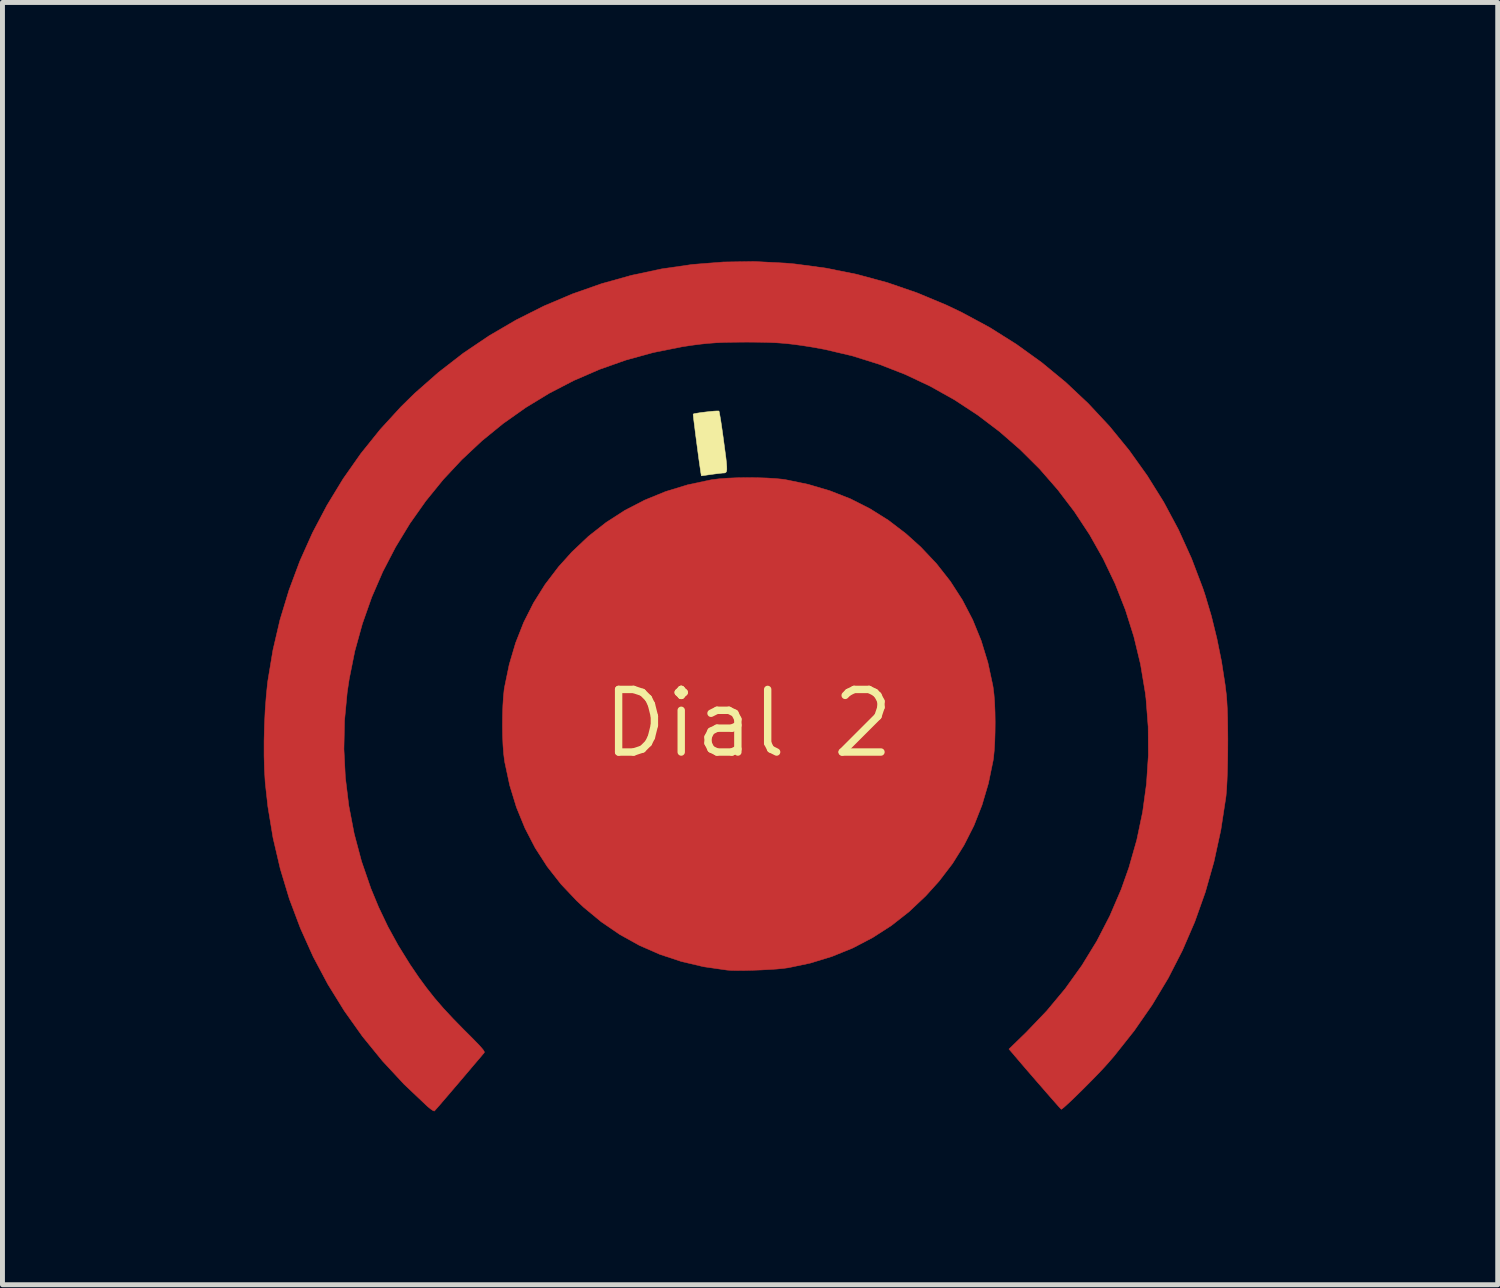
<source format=kicad_pcb>
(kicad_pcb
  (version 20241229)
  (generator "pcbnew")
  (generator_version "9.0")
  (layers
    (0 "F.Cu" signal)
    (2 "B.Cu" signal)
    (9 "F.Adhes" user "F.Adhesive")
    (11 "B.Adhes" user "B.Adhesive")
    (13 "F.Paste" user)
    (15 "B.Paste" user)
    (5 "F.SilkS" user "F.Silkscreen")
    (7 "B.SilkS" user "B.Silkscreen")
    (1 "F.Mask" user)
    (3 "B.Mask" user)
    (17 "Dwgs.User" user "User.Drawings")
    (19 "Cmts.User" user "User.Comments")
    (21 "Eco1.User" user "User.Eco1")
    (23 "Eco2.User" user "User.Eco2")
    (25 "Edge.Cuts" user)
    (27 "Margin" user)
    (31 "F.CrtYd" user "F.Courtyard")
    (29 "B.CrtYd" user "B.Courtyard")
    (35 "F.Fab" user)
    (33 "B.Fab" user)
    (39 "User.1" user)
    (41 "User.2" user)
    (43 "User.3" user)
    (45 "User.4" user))
  (footprint "Dial 2"
    (layer "F.Cu")
    (at 12.13 11.626)
    (property "Reference" "Dial 2" (at 0 0 0) (layer "F.SilkS") (effects (font (size 1.27 1.27) (thickness 0.15))))
    (attr through_hole)
    (fp_poly (pts (xy 0.178 -4.985) (xy 0.375 -4.979) (xy 0.554 -4.968) (xy 0.705 -4.953) (xy 0.751 -4.946) (xy 1.216 -4.85) (xy 1.656 -4.72) (xy 2.072 -4.557) (xy 2.467 -4.357) (xy 2.842 -4.122) (xy 3.199 -3.849) (xy 3.5 -3.578) (xy 3.818 -3.241) (xy 4.099 -2.883) (xy 4.344 -2.503) (xy 4.553 -2.101) (xy 4.725 -1.678) (xy 4.861 -1.233) (xy 4.961 -0.766) (xy 4.967 -0.73) (xy 4.984 -0.592) (xy 4.997 -0.423) (xy 5.005 -0.231) (xy 5.008 -0.028) (xy 5.006 0.177) (xy 5 0.374) (xy 4.989 0.553) (xy 4.974 0.704) (xy 4.967 0.751) (xy 4.871 1.216) (xy 4.741 1.656) (xy 4.577 2.073) (xy 4.377 2.468) (xy 4.142 2.844) (xy 3.869 3.201) (xy 3.599 3.5) (xy 3.262 3.818) (xy 2.903 4.1) (xy 2.522 4.345) (xy 2.121 4.555) (xy 1.698 4.727) (xy 1.257 4.862) (xy 0.815 4.955) (xy 0.713 4.969) (xy 0.579 4.982) (xy 0.423 4.992) (xy 0.255 5.001) (xy 0.083 5.007) (xy -0.082 5.011) (xy -0.232 5.012) (xy -0.356 5.009) (xy -0.434 5.003) (xy -0.907 4.935) (xy -1.36 4.828) (xy -1.795 4.684) (xy -2.21 4.502) (xy -2.606 4.282) (xy -2.982 4.025) (xy -3.339 3.73) (xy -3.479 3.599) (xy -3.797 3.263) (xy -4.078 2.905) (xy -4.323 2.525) (xy -4.531 2.123) (xy -4.704 1.7) (xy -4.84 1.255) (xy -4.94 0.787) (xy -4.946 0.751) (xy -4.963 0.613) (xy -4.976 0.443) (xy -4.984 0.252) (xy -4.987 0.048) (xy -4.985 -0.157) (xy -4.979 -0.354) (xy -4.968 -0.533) (xy -4.953 -0.684) (xy -4.946 -0.73) (xy -4.85 -1.195) (xy -4.72 -1.635) (xy -4.556 -2.051) (xy -4.357 -2.445) (xy -4.122 -2.82) (xy -3.85 -3.177) (xy -3.578 -3.479) (xy -3.242 -3.797) (xy -2.884 -4.078) (xy -2.504 -4.323) (xy -2.102 -4.531) (xy -1.679 -4.704) (xy -1.234 -4.84) (xy -0.766 -4.94) (xy -0.73 -4.946) (xy -0.592 -4.963) (xy -0.422 -4.976) (xy -0.231 -4.984) (xy -0.027 -4.987) (xy 0.178 -4.985)) (stroke (width 0.01) (type solid)) (fill yes) (layer "F.Cu"))
    (fp_poly (pts (xy 0.762 -9.338) (xy 0.942 -9.322) (xy 1.582 -9.236) (xy 2.209 -9.109) (xy 2.824 -8.942) (xy 3.428 -8.734) (xy 4.022 -8.486) (xy 4.329 -8.339) (xy 4.895 -8.034) (xy 5.436 -7.694) (xy 5.951 -7.323) (xy 6.439 -6.921) (xy 6.898 -6.489) (xy 7.328 -6.028) (xy 7.726 -5.541) (xy 8.093 -5.027) (xy 8.428 -4.49) (xy 8.728 -3.929) (xy 8.992 -3.346) (xy 9.221 -2.743) (xy 9.268 -2.602) (xy 9.395 -2.176) (xy 9.506 -1.723) (xy 9.6 -1.258) (xy 9.672 -0.793) (xy 9.698 -0.582) (xy 9.708 -0.457) (xy 9.717 -0.297) (xy 9.723 -0.111) (xy 9.726 0.095) (xy 9.728 0.314) (xy 9.727 0.537) (xy 9.724 0.757) (xy 9.719 0.968) (xy 9.712 1.161) (xy 9.703 1.329) (xy 9.692 1.464) (xy 9.687 1.503) (xy 9.586 2.163) (xy 9.447 2.803) (xy 9.271 3.423) (xy 9.058 4.023) (xy 8.807 4.604) (xy 8.519 5.166) (xy 8.193 5.709) (xy 7.828 6.235) (xy 7.425 6.743) (xy 7.299 6.889) (xy 7.23 6.966) (xy 7.144 7.058) (xy 7.047 7.159) (xy 6.942 7.266) (xy 6.835 7.374) (xy 6.728 7.48) (xy 6.627 7.579) (xy 6.535 7.667) (xy 6.457 7.739) (xy 6.397 7.793) (xy 6.359 7.822) (xy 6.349 7.827) (xy 6.332 7.81) (xy 6.291 7.765) (xy 6.23 7.696) (xy 6.151 7.606) (xy 6.058 7.5) (xy 5.955 7.381) (xy 5.844 7.254) (xy 5.73 7.122) (xy 5.615 6.989) (xy 5.504 6.859) (xy 5.399 6.736) (xy 5.391 6.726) (xy 5.288 6.606) (xy 5.64 6.264) (xy 6.053 5.832) (xy 6.429 5.381) (xy 6.768 4.908) (xy 7.07 4.415) (xy 7.335 3.901) (xy 7.565 3.365) (xy 7.722 2.921) (xy 7.881 2.363) (xy 8 1.795) (xy 8.078 1.222) (xy 8.116 0.645) (xy 8.112 0.069) (xy 8.068 -0.503) (xy 8.053 -0.624) (xy 7.957 -1.2) (xy 7.822 -1.76) (xy 7.65 -2.305) (xy 7.442 -2.833) (xy 7.199 -3.342) (xy 6.923 -3.831) (xy 6.615 -4.298) (xy 6.277 -4.742) (xy 5.911 -5.162) (xy 5.516 -5.555) (xy 5.096 -5.921) (xy 4.651 -6.258) (xy 4.183 -6.565) (xy 3.692 -6.84) (xy 3.182 -7.081) (xy 2.653 -7.287) (xy 2.106 -7.458) (xy 1.542 -7.59) (xy 1.27 -7.639) (xy 1.078 -7.669) (xy 0.906 -7.692) (xy 0.743 -7.71) (xy 0.58 -7.722) (xy 0.405 -7.73) (xy 0.21 -7.734) (xy -0.017 -7.736) (xy -0.042 -7.736) (xy -0.273 -7.734) (xy -0.471 -7.731) (xy -0.647 -7.723) (xy -0.811 -7.711) (xy -0.974 -7.694) (xy -1.144 -7.672) (xy -1.334 -7.643) (xy -1.355 -7.639) (xy -1.925 -7.525) (xy -2.479 -7.373) (xy -3.017 -7.183) (xy -3.537 -6.958) (xy -4.037 -6.699) (xy -4.515 -6.408) (xy -4.972 -6.085) (xy -5.404 -5.733) (xy -5.811 -5.352) (xy -6.191 -4.945) (xy -6.543 -4.512) (xy -6.865 -4.056) (xy -7.156 -3.577) (xy -7.415 -3.078) (xy -7.64 -2.559) (xy -7.829 -2.022) (xy -7.982 -1.469) (xy -8.096 -0.901) (xy -8.137 -0.627) (xy -8.191 -0.055) (xy -8.203 0.52) (xy -8.174 1.095) (xy -8.104 1.669) (xy -7.995 2.237) (xy -7.846 2.797) (xy -7.657 3.346) (xy -7.5 3.725) (xy -7.313 4.118) (xy -7.102 4.503) (xy -6.86 4.893) (xy -6.844 4.916) (xy -6.685 5.15) (xy -6.528 5.364) (xy -6.366 5.569) (xy -6.191 5.772) (xy -5.996 5.982) (xy -5.775 6.208) (xy -5.763 6.22) (xy -5.637 6.345) (xy -5.539 6.445) (xy -5.465 6.521) (xy -5.413 6.579) (xy -5.379 6.62) (xy -5.36 6.649) (xy -5.354 6.668) (xy -5.358 6.682) (xy -5.361 6.685) (xy -5.382 6.709) (xy -5.426 6.762) (xy -5.491 6.838) (xy -5.574 6.935) (xy -5.67 7.049) (xy -5.777 7.175) (xy -5.871 7.286) (xy -5.984 7.418) (xy -6.088 7.54) (xy -6.181 7.648) (xy -6.258 7.738) (xy -6.318 7.806) (xy -6.356 7.849) (xy -6.37 7.863) (xy -6.393 7.855) (xy -6.439 7.825) (xy -6.498 7.777) (xy -6.512 7.765) (xy -6.984 7.318) (xy -7.422 6.846) (xy -7.826 6.35) (xy -8.195 5.831) (xy -8.529 5.291) (xy -8.827 4.731) (xy -9.087 4.152) (xy -9.311 3.557) (xy -9.495 2.947) (xy -9.641 2.322) (xy -9.746 1.686) (xy -9.8 1.196) (xy -9.815 0.942) (xy -9.823 0.658) (xy -9.823 0.355) (xy -9.815 0.043) (xy -9.801 -0.264) (xy -9.779 -0.557) (xy -9.752 -0.825) (xy -9.746 -0.868) (xy -9.643 -1.489) (xy -9.5 -2.103) (xy -9.317 -2.705) (xy -9.097 -3.295) (xy -8.84 -3.869) (xy -8.547 -4.425) (xy -8.22 -4.962) (xy -7.86 -5.475) (xy -7.467 -5.964) (xy -7.044 -6.426) (xy -6.77 -6.695) (xy -6.287 -7.12) (xy -5.782 -7.511) (xy -5.256 -7.866) (xy -4.71 -8.185) (xy -4.147 -8.468) (xy -3.569 -8.713) (xy -2.977 -8.921) (xy -2.373 -9.09) (xy -1.759 -9.221) (xy -1.136 -9.311) (xy -0.508 -9.361) (xy 0.126 -9.371) (xy 0.762 -9.338)) (stroke (width 0.01) (type solid)) (fill yes) (layer "F.Cu"))
    (fp_poly (pts (xy 0.445 -9.525) (xy -0.127 -9.525) (xy -0.127 -11.62) (xy 0.445 -11.62) (xy 0.445 -9.525)) (stroke (width 0.01) (type solid)) (fill yes) (layer "F.Mask"))
    (fp_poly (pts (xy 12.137 -0.206) (xy 12.162 -0.206) (xy 12.163 -0.206) (xy 12.165 -0.184) (xy 12.169 -0.128) (xy 12.175 -0.045) (xy 12.181 0.057) (xy 12.182 0.09) (xy 12.198 0.381) (xy 11.607 0.381) (xy 11.421 0.382) (xy 11.218 0.383) (xy 11.012 0.386) (xy 10.816 0.389) (xy 10.642 0.393) (xy 10.557 0.395) (xy 10.097 0.409) (xy 10.097 -0.184) (xy 11.127 -0.197) (xy 11.332 -0.199) (xy 11.523 -0.202) (xy 11.697 -0.203) (xy 11.849 -0.205) (xy 11.976 -0.206) (xy 12.073 -0.206) (xy 12.137 -0.206)) (stroke (width 0.01) (type solid)) (fill yes) (layer "F.Mask"))
    (fp_poly (pts (xy -10.033 0.423) (xy -10.622 0.423) (xy -10.808 0.424) (xy -11.008 0.426) (xy -11.21 0.428) (xy -11.403 0.431) (xy -11.572 0.435) (xy -11.657 0.437) (xy -12.103 0.451) (xy -12.118 0.184) (xy -12.123 0.079) (xy -12.125 -0.011) (xy -12.125 -0.079) (xy -12.121 -0.115) (xy -12.121 -0.116) (xy -12.113 -0.126) (xy -12.092 -0.133) (xy -12.055 -0.139) (xy -11.998 -0.143) (xy -11.914 -0.146) (xy -11.8 -0.147) (xy -11.651 -0.148) (xy -11.551 -0.148) (xy -11.365 -0.149) (xy -11.159 -0.151) (xy -10.949 -0.153) (xy -10.748 -0.157) (xy -10.569 -0.161) (xy -10.513 -0.162) (xy -10.033 -0.176) (xy -10.033 0.423)) (stroke (width 0.01) (type solid)) (fill yes) (layer "F.Mask"))
    (fp_poly (pts (xy 7.904 6.565) (xy 7.95 6.605) (xy 8.018 6.668) (xy 8.106 6.75) (xy 8.21 6.847) (xy 8.326 6.957) (xy 8.451 7.075) (xy 8.581 7.199) (xy 8.712 7.324) (xy 8.841 7.448) (xy 8.964 7.566) (xy 9.078 7.676) (xy 9.178 7.774) (xy 9.262 7.856) (xy 9.325 7.92) (xy 9.365 7.961) (xy 9.377 7.975) (xy 9.363 7.997) (xy 9.326 8.042) (xy 9.272 8.101) (xy 9.209 8.169) (xy 9.143 8.237) (xy 9.081 8.3) (xy 9.03 8.349) (xy 8.997 8.377) (xy 8.988 8.382) (xy 8.968 8.367) (xy 8.921 8.327) (xy 8.851 8.263) (xy 8.761 8.18) (xy 8.654 8.08) (xy 8.535 7.967) (xy 8.407 7.845) (xy 8.403 7.841) (xy 8.266 7.709) (xy 8.131 7.578) (xy 8.002 7.453) (xy 7.886 7.34) (xy 7.786 7.243) (xy 7.707 7.166) (xy 7.664 7.123) (xy 7.486 6.945) (xy 7.673 6.748) (xy 7.746 6.674) (xy 7.809 6.613) (xy 7.857 6.57) (xy 7.884 6.551) (xy 7.886 6.551) (xy 7.904 6.565)) (stroke (width 0.01) (type solid)) (fill yes) (layer "F.Mask"))
    (fp_poly (pts (xy -8.689 -8.13) (xy -8.642 -8.089) (xy -8.573 -8.025) (xy -8.485 -7.942) (xy -8.38 -7.845) (xy -8.264 -7.735) (xy -8.14 -7.617) (xy -8.011 -7.494) (xy -7.881 -7.37) (xy -7.754 -7.248) (xy -7.634 -7.131) (xy -7.524 -7.025) (xy -7.427 -6.93) (xy -7.349 -6.853) (xy -7.294 -6.797) (xy -7.211 -6.711) (xy -7.399 -6.515) (xy -7.472 -6.44) (xy -7.535 -6.378) (xy -7.582 -6.334) (xy -7.608 -6.314) (xy -7.609 -6.314) (xy -7.628 -6.327) (xy -7.675 -6.367) (xy -7.745 -6.431) (xy -7.837 -6.516) (xy -7.947 -6.619) (xy -8.071 -6.738) (xy -8.209 -6.869) (xy -8.355 -7.01) (xy -8.361 -7.016) (xy -8.507 -7.158) (xy -8.643 -7.291) (xy -8.767 -7.413) (xy -8.875 -7.52) (xy -8.964 -7.61) (xy -9.032 -7.679) (xy -9.075 -7.725) (xy -9.091 -7.744) (xy -9.091 -7.744) (xy -9.077 -7.771) (xy -9.04 -7.818) (xy -8.986 -7.879) (xy -8.923 -7.948) (xy -8.858 -8.015) (xy -8.797 -8.075) (xy -8.746 -8.12) (xy -8.714 -8.143) (xy -8.708 -8.145) (xy -8.689 -8.13)) (stroke (width 0.01) (type solid)) (fill yes) (layer "F.Mask"))
    (fp_poly (pts (xy 8.541 -8.027) (xy 8.584 -7.99) (xy 8.641 -7.935) (xy 8.707 -7.87) (xy 8.773 -7.802) (xy 8.833 -7.738) (xy 8.88 -7.684) (xy 8.907 -7.648) (xy 8.911 -7.638) (xy 8.896 -7.621) (xy 8.854 -7.577) (xy 8.789 -7.512) (xy 8.704 -7.428) (xy 8.602 -7.329) (xy 8.487 -7.217) (xy 8.364 -7.098) (xy 8.234 -6.974) (xy 8.103 -6.848) (xy 7.974 -6.724) (xy 7.849 -6.606) (xy 7.734 -6.496) (xy 7.631 -6.399) (xy 7.544 -6.318) (xy 7.477 -6.256) (xy 7.432 -6.217) (xy 7.415 -6.204) (xy 7.395 -6.219) (xy 7.352 -6.26) (xy 7.292 -6.32) (xy 7.221 -6.393) (xy 7.209 -6.405) (xy 7.02 -6.605) (xy 7.082 -6.67) (xy 7.126 -6.715) (xy 7.193 -6.782) (xy 7.28 -6.866) (xy 7.383 -6.966) (xy 7.498 -7.077) (xy 7.622 -7.196) (xy 7.75 -7.319) (xy 7.88 -7.443) (xy 8.007 -7.564) (xy 8.129 -7.678) (xy 8.24 -7.783) (xy 8.337 -7.875) (xy 8.418 -7.949) (xy 8.477 -8.004) (xy 8.512 -8.034) (xy 8.519 -8.039) (xy 8.541 -8.027)) (stroke (width 0.01) (type solid)) (fill yes) (layer "F.Mask"))
    (fp_poly (pts (xy -8.134 6.471) (xy -8.092 6.51) (xy -8.037 6.567) (xy -7.974 6.634) (xy -7.91 6.704) (xy -7.851 6.77) (xy -7.805 6.826) (xy -7.777 6.863) (xy -7.772 6.875) (xy -7.789 6.894) (xy -7.833 6.939) (xy -7.901 7.006) (xy -7.988 7.092) (xy -8.092 7.192) (xy -8.208 7.304) (xy -8.332 7.423) (xy -8.462 7.548) (xy -8.593 7.673) (xy -8.722 7.795) (xy -8.846 7.912) (xy -8.96 8.019) (xy -9.06 8.114) (xy -9.144 8.192) (xy -9.208 8.25) (xy -9.247 8.284) (xy -9.259 8.293) (xy -9.282 8.28) (xy -9.328 8.242) (xy -9.389 8.183) (xy -9.459 8.11) (xy -9.469 8.099) (xy -9.538 8.024) (xy -9.595 7.959) (xy -9.634 7.913) (xy -9.652 7.891) (xy -9.652 7.89) (xy -9.637 7.873) (xy -9.595 7.83) (xy -9.53 7.765) (xy -9.444 7.682) (xy -9.343 7.583) (xy -9.228 7.472) (xy -9.104 7.353) (xy -8.975 7.229) (xy -8.844 7.103) (xy -8.714 6.979) (xy -8.59 6.861) (xy -8.474 6.751) (xy -8.371 6.654) (xy -8.284 6.572) (xy -8.217 6.51) (xy -8.172 6.47) (xy -8.155 6.456) (xy -8.134 6.471)) (stroke (width 0.01) (type solid)) (fill yes) (layer "F.Mask"))
    (fp_poly (pts (xy 0.204 -4.984) (xy 0.404 -4.977) (xy 0.584 -4.965) (xy 0.732 -4.947) (xy 0.74 -4.946) (xy 1.192 -4.854) (xy 1.628 -4.725) (xy 2.047 -4.559) (xy 2.445 -4.359) (xy 2.822 -4.126) (xy 3.175 -3.863) (xy 3.503 -3.57) (xy 3.803 -3.25) (xy 4.075 -2.904) (xy 4.316 -2.534) (xy 4.524 -2.141) (xy 4.698 -1.728) (xy 4.836 -1.296) (xy 4.889 -1.079) (xy 4.96 -0.674) (xy 4.998 -0.254) (xy 5.001 0.173) (xy 4.972 0.596) (xy 4.909 1.008) (xy 4.857 1.238) (xy 4.724 1.674) (xy 4.555 2.093) (xy 4.349 2.493) (xy 4.11 2.872) (xy 3.838 3.228) (xy 3.537 3.557) (xy 3.207 3.859) (xy 2.851 4.129) (xy 2.47 4.367) (xy 2.292 4.462) (xy 1.865 4.657) (xy 1.427 4.811) (xy 0.982 4.924) (xy 0.762 4.964) (xy 0.655 4.977) (xy 0.517 4.988) (xy 0.356 4.997) (xy 0.183 5.004) (xy 0.007 5.007) (xy -0.163 5.009) (xy -0.318 5.007) (xy -0.447 5.002) (xy -0.529 4.995) (xy -0.995 4.918) (xy -1.444 4.804) (xy -1.877 4.652) (xy -2.29 4.463) (xy -2.683 4.24) (xy -3.052 3.982) (xy -3.398 3.692) (xy -3.717 3.368) (xy -4.009 3.014) (xy -4.046 2.963) (xy -4.297 2.586) (xy -4.509 2.193) (xy -4.683 1.788) (xy -4.82 1.372) (xy -4.92 0.949) (xy -4.982 0.521) (xy -5.007 0.09) (xy -4.995 -0.341) (xy -4.947 -0.769) (xy -4.862 -1.192) (xy -4.741 -1.607) (xy -4.583 -2.011) (xy -4.39 -2.403) (xy -4.161 -2.779) (xy -3.897 -3.136) (xy -3.598 -3.473) (xy -3.556 -3.515) (xy -3.214 -3.829) (xy -2.848 -4.108) (xy -2.46 -4.351) (xy -2.053 -4.557) (xy -1.626 -4.726) (xy -1.183 -4.857) (xy -0.74 -4.946) (xy -0.594 -4.964) (xy -0.416 -4.976) (xy -0.216 -4.984) (xy -0.006 -4.986) (xy 0.204 -4.984)) (stroke (width 0.01) (type solid)) (fill yes) (layer "F.Mask"))
    (fp_poly (pts (xy 0.648 -9.39) (xy 0.942 -9.364) (xy 1.575 -9.278) (xy 2.2 -9.152) (xy 2.814 -8.987) (xy 3.414 -8.783) (xy 3.999 -8.541) (xy 4.566 -8.262) (xy 5.113 -7.948) (xy 5.638 -7.598) (xy 5.807 -7.475) (xy 6.016 -7.314) (xy 6.203 -7.165) (xy 6.377 -7.018) (xy 6.548 -6.864) (xy 6.727 -6.693) (xy 6.89 -6.531) (xy 7.304 -6.093) (xy 7.681 -5.642) (xy 8.024 -5.174) (xy 8.339 -4.682) (xy 8.63 -4.16) (xy 8.711 -4) (xy 8.98 -3.415) (xy 9.21 -2.814) (xy 9.4 -2.199) (xy 9.55 -1.568) (xy 9.661 -0.922) (xy 9.698 -0.624) (xy 9.708 -0.499) (xy 9.717 -0.34) (xy 9.723 -0.153) (xy 9.726 0.053) (xy 9.728 0.271) (xy 9.727 0.495) (xy 9.724 0.715) (xy 9.719 0.925) (xy 9.712 1.118) (xy 9.703 1.286) (xy 9.692 1.422) (xy 9.687 1.46) (xy 9.586 2.121) (xy 9.447 2.76) (xy 9.271 3.38) (xy 9.058 3.98) (xy 8.807 4.561) (xy 8.519 5.123) (xy 8.193 5.667) (xy 7.828 6.193) (xy 7.425 6.701) (xy 7.299 6.847) (xy 7.23 6.924) (xy 7.145 7.015) (xy 7.047 7.116) (xy 6.943 7.223) (xy 6.835 7.331) (xy 6.729 7.437) (xy 6.627 7.536) (xy 6.535 7.624) (xy 6.457 7.697) (xy 6.397 7.75) (xy 6.359 7.78) (xy 6.349 7.785) (xy 6.332 7.767) (xy 6.288 7.719) (xy 6.22 7.643) (xy 6.129 7.539) (xy 6.017 7.409) (xy 5.884 7.256) (xy 5.732 7.08) (xy 5.562 6.884) (xy 5.377 6.669) (xy 5.319 6.601) (xy 5.313 6.588) (xy 5.317 6.57) (xy 5.332 6.543) (xy 5.363 6.504) (xy 5.413 6.449) (xy 5.483 6.375) (xy 5.579 6.279) (xy 5.7 6.157) (xy 5.823 6.032) (xy 5.949 5.9) (xy 6.07 5.769) (xy 6.181 5.647) (xy 6.272 5.541) (xy 6.32 5.482) (xy 6.676 5.002) (xy 6.993 4.503) (xy 7.272 3.988) (xy 7.512 3.457) (xy 7.713 2.911) (xy 7.874 2.35) (xy 7.957 1.979) (xy 8.053 1.396) (xy 8.106 0.813) (xy 8.117 0.231) (xy 8.087 -0.348) (xy 8.015 -0.923) (xy 7.903 -1.492) (xy 7.749 -2.052) (xy 7.554 -2.603) (xy 7.319 -3.144) (xy 7.257 -3.27) (xy 6.979 -3.781) (xy 6.667 -4.268) (xy 6.324 -4.729) (xy 5.95 -5.163) (xy 5.547 -5.569) (xy 5.119 -5.945) (xy 4.665 -6.29) (xy 4.188 -6.603) (xy 3.69 -6.882) (xy 3.173 -7.126) (xy 2.638 -7.334) (xy 2.087 -7.505) (xy 1.522 -7.636) (xy 1.27 -7.681) (xy 1.078 -7.711) (xy 0.906 -7.735) (xy 0.743 -7.752) (xy 0.58 -7.764) (xy 0.405 -7.772) (xy 0.21 -7.777) (xy -0.017 -7.778) (xy -0.042 -7.778) (xy -0.273 -7.777) (xy -0.471 -7.773) (xy -0.647 -7.765) (xy -0.811 -7.754) (xy -0.974 -7.737) (xy -1.144 -7.714) (xy -1.334 -7.685) (xy -1.355 -7.681) (xy -1.925 -7.567) (xy -2.485 -7.412) (xy -3.033 -7.217) (xy -3.567 -6.983) (xy -4.085 -6.711) (xy -4.586 -6.402) (xy -5.067 -6.056) (xy -5.243 -5.916) (xy -5.366 -5.811) (xy -5.509 -5.68) (xy -5.664 -5.532) (xy -5.824 -5.372) (xy -5.983 -5.21) (xy -6.132 -5.051) (xy -6.264 -4.904) (xy -6.373 -4.775) (xy -6.383 -4.763) (xy -6.739 -4.284) (xy -7.057 -3.789) (xy -7.337 -3.277) (xy -7.579 -2.75) (xy -7.782 -2.212) (xy -7.946 -1.662) (xy -8.07 -1.102) (xy -8.154 -0.536) (xy -8.197 0.037) (xy -8.2 0.614) (xy -8.161 1.194) (xy -8.08 1.774) (xy -8.042 1.978) (xy -7.906 2.548) (xy -7.733 3.101) (xy -7.52 3.637) (xy -7.268 4.16) (xy -6.976 4.669) (xy -6.844 4.874) (xy -6.685 5.107) (xy -6.528 5.322) (xy -6.366 5.527) (xy -6.191 5.73) (xy -5.996 5.94) (xy -5.775 6.166) (xy -5.763 6.177) (xy -5.637 6.303) (xy -5.539 6.402) (xy -5.465 6.479) (xy -5.413 6.536) (xy -5.379 6.577) (xy -5.36 6.606) (xy -5.354 6.626) (xy -5.358 6.639) (xy -5.361 6.643) (xy -5.382 6.667) (xy -5.426 6.719) (xy -5.491 6.796) (xy -5.574 6.893) (xy -5.67 7.006) (xy -5.777 7.132) (xy -5.871 7.243) (xy -5.984 7.376) (xy -6.088 7.497) (xy -6.181 7.605) (xy -6.258 7.695) (xy -6.318 7.764) (xy -6.356 7.807) (xy -6.37 7.82) (xy -6.393 7.813) (xy -6.439 7.782) (xy -6.498 7.735) (xy -6.512 7.722) (xy -6.984 7.276) (xy -7.422 6.804) (xy -7.826 6.307) (xy -8.195 5.788) (xy -8.529 5.248) (xy -8.827 4.688) (xy -9.087 4.11) (xy -9.311 3.515) (xy -9.495 2.905) (xy -9.641 2.28) (xy -9.746 1.643) (xy -9.8 1.154) (xy -9.815 0.9) (xy -9.823 0.616) (xy -9.823 0.312) (xy -9.815 0.001) (xy -9.801 -0.307) (xy -9.779 -0.6) (xy -9.752 -0.867) (xy -9.746 -0.91) (xy -9.643 -1.532) (xy -9.5 -2.146) (xy -9.317 -2.749) (xy -9.097 -3.339) (xy -8.839 -3.913) (xy -8.546 -4.47) (xy -8.218 -5.007) (xy -7.857 -5.521) (xy -7.465 -6.01) (xy -7.041 -6.472) (xy -6.844 -6.667) (xy -6.367 -7.096) (xy -5.866 -7.492) (xy -5.345 -7.852) (xy -4.803 -8.176) (xy -4.244 -8.465) (xy -3.669 -8.716) (xy -3.08 -8.93) (xy -2.478 -9.106) (xy -1.866 -9.243) (xy -1.246 -9.341) (xy -0.619 -9.398) (xy 0.013 -9.415) (xy 0.648 -9.39)) (stroke (width 0.01) (type solid)) (fill yes) (layer "F.Mask"))
    (fp_poly (pts (xy -0.598 -6.338) (xy -0.595 -6.337) (xy -0.588 -6.312) (xy -0.577 -6.25) (xy -0.561 -6.158) (xy -0.543 -6.04) (xy -0.523 -5.901) (xy -0.502 -5.749) (xy -0.498 -5.718) (xy -0.474 -5.538) (xy -0.455 -5.396) (xy -0.443 -5.287) (xy -0.437 -5.206) (xy -0.436 -5.15) (xy -0.442 -5.114) (xy -0.455 -5.093) (xy -0.474 -5.083) (xy -0.5 -5.08) (xy -0.519 -5.08) (xy -0.558 -5.076) (xy -0.627 -5.068) (xy -0.713 -5.057) (xy -0.756 -5.051) (xy -0.952 -5.023) (xy -0.963 -5.089) (xy -0.972 -5.149) (xy -0.985 -5.238) (xy -1.001 -5.349) (xy -1.018 -5.476) (xy -1.036 -5.611) (xy -1.054 -5.749) (xy -1.072 -5.884) (xy -1.087 -6.008) (xy -1.101 -6.116) (xy -1.111 -6.201) (xy -1.117 -6.256) (xy -1.118 -6.276) (xy -1.092 -6.285) (xy -1.034 -6.295) (xy -0.956 -6.307) (xy -0.866 -6.318) (xy -0.775 -6.328) (xy -0.694 -6.336) (xy -0.631 -6.339) (xy -0.598 -6.338)) (stroke (width 0.01) (type solid)) (fill yes) (layer "F.SilkS")))
  (gr_rect
    (start -3 -3)
    (end 27.333 23.012)
    (stroke (width 0.1) (type default))
    (fill no)
    (layer "Edge.Cuts")))
</source>
